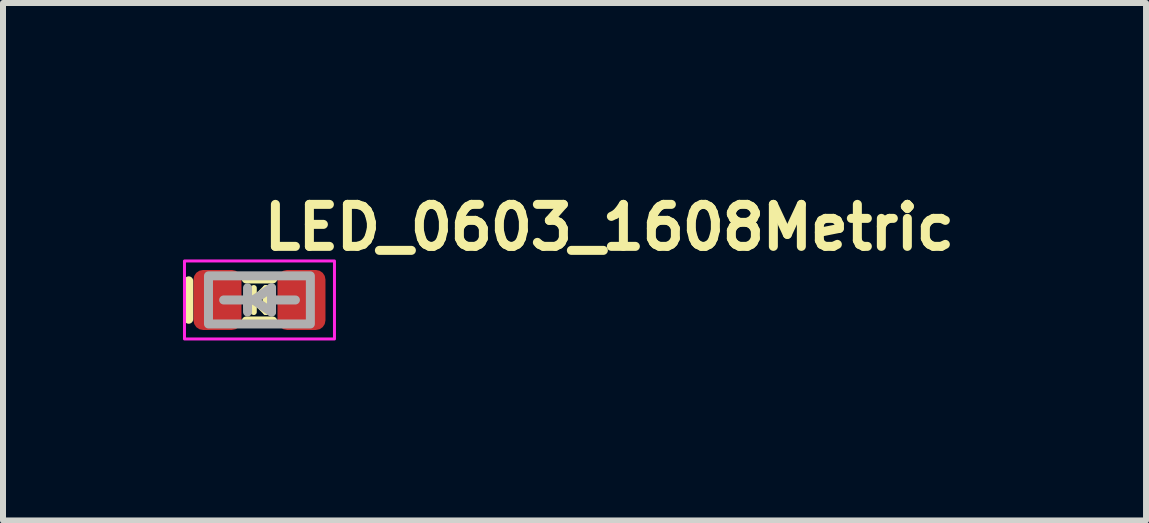
<source format=kicad_pcb>
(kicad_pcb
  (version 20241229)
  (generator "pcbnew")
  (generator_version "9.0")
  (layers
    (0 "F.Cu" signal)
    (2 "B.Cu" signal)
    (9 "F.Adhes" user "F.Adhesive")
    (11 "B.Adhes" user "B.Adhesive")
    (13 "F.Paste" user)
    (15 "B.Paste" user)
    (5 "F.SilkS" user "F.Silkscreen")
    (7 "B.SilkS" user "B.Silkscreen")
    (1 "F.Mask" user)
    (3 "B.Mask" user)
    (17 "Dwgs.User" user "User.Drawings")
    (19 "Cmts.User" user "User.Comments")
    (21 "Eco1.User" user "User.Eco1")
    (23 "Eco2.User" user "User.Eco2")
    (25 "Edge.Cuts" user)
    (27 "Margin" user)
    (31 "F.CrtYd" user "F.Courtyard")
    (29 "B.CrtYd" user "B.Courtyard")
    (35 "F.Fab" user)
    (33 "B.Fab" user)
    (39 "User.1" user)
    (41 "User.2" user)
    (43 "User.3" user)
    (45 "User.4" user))
  (footprint "LED_0603_1608Metric"
    (layer "F.Cu")
    (at 1.275 1.95)
    (property "Reference" "LED_0603_1608Metric" (at 0 -0.8 0) (layer "F.SilkS") (effects (font (size 0.7 0.7) (thickness 0.15)) (justify left bottom)))
    (attr smd)
    (fp_line (start -1.18 -0.319) (end -1.18 0.321) (stroke (width 0.15) (type solid)) (layer "F.SilkS"))
    (fp_line (start -0.095 0.001) (end -0.24 0.001) (stroke (width 0.1) (type solid)) (layer "F.SilkS"))
    (fp_line (start -0.095 0.001) (end 0.105 -0.199) (stroke (width 0.1) (type solid)) (layer "F.SilkS"))
    (fp_line (start -0.095 0.201) (end -0.095 -0.199) (stroke (width 0.1) (type solid)) (layer "F.SilkS"))
    (fp_line (start 0.105 0.001) (end 0.24 0.001) (stroke (width 0.1) (type solid)) (layer "F.SilkS"))
    (fp_line (start 0.105 0.201) (end -0.095 0.001) (stroke (width 0.1) (type solid)) (layer "F.SilkS"))
    (fp_line (start 0.105 0.201) (end 0.105 -0.199) (stroke (width 0.1) (type solid)) (layer "F.SilkS"))
    (fp_line (start 0.22 -0.35) (end -0.22 -0.35) (stroke (width 0.15) (type solid)) (layer "F.SilkS"))
    (fp_line (start 0.22 0.35) (end -0.22 0.35) (stroke (width 0.15) (type solid)) (layer "F.SilkS"))
    (fp_rect (start 1.25 0.65) (end -1.25 -0.65) (stroke (width 0.05) (type solid)) (fill no) (layer "F.CrtYd"))
    (fp_line (start -0.199 -0.202) (end -0.199 0.1) (stroke (width 0.15) (type solid)) (layer "F.Fab"))
    (fp_line (start -0.199 0) (end -0.597 0) (stroke (width 0.15) (type solid)) (layer "F.Fab"))
    (fp_line (start -0.199 0.2) (end -0.199 0.1) (stroke (width 0.15) (type solid)) (layer "F.Fab"))
    (fp_line (start -0.101 0) (end 0.201 0.2) (stroke (width 0.15) (type solid)) (layer "F.Fab"))
    (fp_line (start 0.201 -0.202) (end -0.101 0) (stroke (width 0.15) (type solid)) (layer "F.Fab"))
    (fp_line (start 0.201 0) (end 0.201 -0.202) (stroke (width 0.15) (type solid)) (layer "F.Fab"))
    (fp_line (start 0.201 0.2) (end 0.201 0) (stroke (width 0.15) (type solid)) (layer "F.Fab"))
    (fp_line (start 0.599 0) (end 0.201 0) (stroke (width 0.15) (type solid)) (layer "F.Fab"))
    (fp_rect (start 0.848 0.4) (end -0.85 -0.402) (stroke (width 0.15) (type solid)) (fill no) (layer "F.Fab"))
    (fp_rect (start -0.81 -0.4) (end 0.81 0.4) (stroke (width 0.1) (type solid)) (fill no) (layer "User.5"))
    (fp_line (start -0.812 -0.342) (end -0.812 -0.15) (stroke (width 0.02) (type solid)) (layer "User.9"))
    (fp_line (start -0.812 -0.15) (end -0.801 -0.151) (stroke (width 0.02) (type solid)) (layer "User.9"))
    (fp_line (start -0.812 0.148) (end -0.812 0.34) (stroke (width 0.02) (type solid)) (layer "User.9"))
    (fp_line (start -0.812 0.34) (end -0.58 0.34) (stroke (width 0.02) (type solid)) (layer "User.9"))
    (fp_line (start -0.806 0.148) (end -0.812 0.148) (stroke (width 0.02) (type solid)) (layer "User.9"))
    (fp_line (start -0.802 -0.402) (end -0.802 -0.342) (stroke (width 0.02) (type solid)) (layer "User.9"))
    (fp_line (start -0.802 0.34) (end -0.802 0.4) (stroke (width 0.02) (type solid)) (layer "User.9"))
    (fp_line (start -0.802 0.4) (end 0.8 0.4) (stroke (width 0.02) (type solid)) (layer "User.9"))
    (fp_line (start -0.801 -0.151) (end -0.791 -0.15) (stroke (width 0.02) (type solid)) (layer "User.9"))
    (fp_line (start -0.801 0.149) (end -0.806 0.148) (stroke (width 0.02) (type solid)) (layer "User.9"))
    (fp_line (start -0.796 0.148) (end -0.801 0.149) (stroke (width 0.02) (type solid)) (layer "User.9"))
    (fp_line (start -0.791 -0.15) (end -0.78 -0.149) (stroke (width 0.02) (type solid)) (layer "User.9"))
    (fp_line (start -0.791 0.148) (end -0.796 0.148) (stroke (width 0.02) (type solid)) (layer "User.9"))
    (fp_line (start -0.786 0.148) (end -0.791 0.148) (stroke (width 0.02) (type solid)) (layer "User.9"))
    (fp_line (start -0.782 -0.392) (end -0.782 -0.342) (stroke (width 0.02) (type solid)) (layer "User.9"))
    (fp_line (start -0.782 0.34) (end -0.782 0.39) (stroke (width 0.02) (type solid)) (layer "User.9"))
    (fp_line (start -0.782 0.39) (end -0.5 0.39) (stroke (width 0.02) (type solid)) (layer "User.9"))
    (fp_line (start -0.78 -0.149) (end -0.77 -0.147) (stroke (width 0.02) (type solid)) (layer "User.9"))
    (fp_line (start -0.78 0.147) (end -0.786 0.148) (stroke (width 0.02) (type solid)) (layer "User.9"))
    (fp_line (start -0.775 0.146) (end -0.78 0.147) (stroke (width 0.02) (type solid)) (layer "User.9"))
    (fp_line (start -0.77 -0.147) (end -0.76 -0.145) (stroke (width 0.02) (type solid)) (layer "User.9"))
    (fp_line (start -0.77 0.145) (end -0.775 0.146) (stroke (width 0.02) (type solid)) (layer "User.9"))
    (fp_line (start -0.764 0.144) (end -0.77 0.145) (stroke (width 0.02) (type solid)) (layer "User.9"))
    (fp_line (start -0.76 -0.145) (end -0.75 -0.143) (stroke (width 0.02) (type solid)) (layer "User.9"))
    (fp_line (start -0.76 0.144) (end -0.764 0.144) (stroke (width 0.02) (type solid)) (layer "User.9"))
    (fp_line (start -0.755 0.142) (end -0.76 0.144) (stroke (width 0.02) (type solid)) (layer "User.9"))
    (fp_line (start -0.75 -0.143) (end -0.74 -0.139) (stroke (width 0.02) (type solid)) (layer "User.9"))
    (fp_line (start -0.75 0.141) (end -0.755 0.142) (stroke (width 0.02) (type solid)) (layer "User.9"))
    (fp_line (start -0.745 0.139) (end -0.75 0.141) (stroke (width 0.02) (type solid)) (layer "User.9"))
    (fp_line (start -0.74 -0.139) (end -0.731 -0.135) (stroke (width 0.02) (type solid)) (layer "User.9"))
    (fp_line (start -0.74 0.137) (end -0.745 0.139) (stroke (width 0.02) (type solid)) (layer "User.9"))
    (fp_line (start -0.736 0.135) (end -0.74 0.137) (stroke (width 0.02) (type solid)) (layer "User.9"))
    (fp_line (start -0.731 -0.135) (end -0.723 -0.13) (stroke (width 0.02) (type solid)) (layer "User.9"))
    (fp_line (start -0.731 0.133) (end -0.736 0.135) (stroke (width 0.02) (type solid)) (layer "User.9"))
    (fp_line (start -0.727 0.13) (end -0.731 0.133) (stroke (width 0.02) (type solid)) (layer "User.9"))
    (fp_line (start -0.723 -0.13) (end -0.714 -0.123) (stroke (width 0.02) (type solid)) (layer "User.9"))
    (fp_line (start -0.723 0.128) (end -0.727 0.13) (stroke (width 0.02) (type solid)) (layer "User.9"))
    (fp_line (start -0.718 0.124) (end -0.723 0.128) (stroke (width 0.02) (type solid)) (layer "User.9"))
    (fp_line (start -0.714 -0.123) (end -0.706 -0.118) (stroke (width 0.02) (type solid)) (layer "User.9"))
    (fp_line (start -0.714 0.121) (end -0.718 0.124) (stroke (width 0.02) (type solid)) (layer "User.9"))
    (fp_line (start -0.71 0.119) (end -0.714 0.121) (stroke (width 0.02) (type solid)) (layer "User.9"))
    (fp_line (start -0.706 -0.118) (end -0.699 -0.11) (stroke (width 0.02) (type solid)) (layer "User.9"))
    (fp_line (start -0.706 0.116) (end -0.71 0.119) (stroke (width 0.02) (type solid)) (layer "User.9"))
    (fp_line (start -0.703 0.113) (end -0.706 0.116) (stroke (width 0.02) (type solid)) (layer "User.9"))
    (fp_line (start -0.699 -0.11) (end -0.692 -0.104) (stroke (width 0.02) (type solid)) (layer "User.9"))
    (fp_line (start -0.699 0.108) (end -0.703 0.113) (stroke (width 0.02) (type solid)) (layer "User.9"))
    (fp_line (start -0.696 0.105) (end -0.699 0.108) (stroke (width 0.02) (type solid)) (layer "User.9"))
    (fp_line (start -0.692 -0.104) (end -0.685 -0.095) (stroke (width 0.02) (type solid)) (layer "User.9"))
    (fp_line (start -0.692 0.102) (end -0.696 0.105) (stroke (width 0.02) (type solid)) (layer "User.9"))
    (fp_line (start -0.689 0.098) (end -0.692 0.102) (stroke (width 0.02) (type solid)) (layer "User.9"))
    (fp_line (start -0.685 -0.095) (end -0.679 -0.088) (stroke (width 0.02) (type solid)) (layer "User.9"))
    (fp_line (start -0.685 0.093) (end -0.689 0.098) (stroke (width 0.02) (type solid)) (layer "User.9"))
    (fp_line (start -0.682 0.089) (end -0.685 0.093) (stroke (width 0.02) (type solid)) (layer "User.9"))
    (fp_line (start -0.679 -0.088) (end -0.673 -0.078) (stroke (width 0.02) (type solid)) (layer "User.9"))
    (fp_line (start -0.679 0.086) (end -0.682 0.089) (stroke (width 0.02) (type solid)) (layer "User.9"))
    (fp_line (start -0.676 0.082) (end -0.679 0.086) (stroke (width 0.02) (type solid)) (layer "User.9"))
    (fp_line (start -0.673 -0.078) (end -0.673 -0.078) (stroke (width 0.02) (type solid)) (layer "User.9"))
    (fp_line (start -0.673 -0.078) (end -0.668 -0.07) (stroke (width 0.02) (type solid)) (layer "User.9"))
    (fp_line (start -0.673 0.076) (end -0.676 0.082) (stroke (width 0.02) (type solid)) (layer "User.9"))
    (fp_line (start -0.673 0.076) (end -0.673 0.076) (stroke (width 0.02) (type solid)) (layer "User.9"))
    (fp_line (start -0.668 -0.07) (end -0.664 -0.06) (stroke (width 0.02) (type solid)) (layer "User.9"))
    (fp_line (start -0.668 0.068) (end -0.673 0.076) (stroke (width 0.02) (type solid)) (layer "User.9"))
    (fp_line (start -0.664 -0.06) (end -0.66 -0.051) (stroke (width 0.02) (type solid)) (layer "User.9"))
    (fp_line (start -0.664 0.059) (end -0.668 0.068) (stroke (width 0.02) (type solid)) (layer "User.9"))
    (fp_line (start -0.66 -0.051) (end -0.657 -0.042) (stroke (width 0.02) (type solid)) (layer "User.9"))
    (fp_line (start -0.66 0.049) (end -0.664 0.059) (stroke (width 0.02) (type solid)) (layer "User.9"))
    (fp_line (start -0.657 -0.042) (end -0.655 -0.031) (stroke (width 0.02) (type solid)) (layer "User.9"))
    (fp_line (start -0.657 0.04) (end -0.66 0.049) (stroke (width 0.02) (type solid)) (layer "User.9"))
    (fp_line (start -0.655 -0.031) (end -0.653 -0.022) (stroke (width 0.02) (type solid)) (layer "User.9"))
    (fp_line (start -0.655 0.029) (end -0.657 0.04) (stroke (width 0.02) (type solid)) (layer "User.9"))
    (fp_line (start -0.653 -0.022) (end -0.652 -0.011) (stroke (width 0.02) (type solid)) (layer "User.9"))
    (fp_line (start -0.653 0.02) (end -0.655 0.029) (stroke (width 0.02) (type solid)) (layer "User.9"))
    (fp_line (start -0.652 -0.011) (end -0.651 0) (stroke (width 0.02) (type solid)) (layer "User.9"))
    (fp_line (start -0.652 0.01) (end -0.653 0.02) (stroke (width 0.02) (type solid)) (layer "User.9"))
    (fp_line (start -0.651 0) (end -0.652 0.01) (stroke (width 0.02) (type solid)) (layer "User.9"))
    (fp_line (start -0.6 -0.308) (end -0.599 -0.311) (stroke (width 0.02) (type solid)) (layer "User.9"))
    (fp_line (start -0.6 -0.306) (end -0.6 -0.308) (stroke (width 0.02) (type solid)) (layer "User.9"))
    (fp_line (start -0.6 -0.303) (end -0.6 -0.306) (stroke (width 0.02) (type solid)) (layer "User.9"))
    (fp_line (start -0.6 -0.3) (end -0.6 -0.303) (stroke (width 0.02) (type solid)) (layer "User.9"))
    (fp_line (start -0.6 -0.3) (end -0.6 0.298) (stroke (width 0.02) (type solid)) (layer "User.9"))
    (fp_line (start -0.6 0.301) (end -0.6 0.298) (stroke (width 0.02) (type solid)) (layer "User.9"))
    (fp_line (start -0.6 0.304) (end -0.6 0.301) (stroke (width 0.02) (type solid)) (layer "User.9"))
    (fp_line (start -0.6 0.306) (end -0.6 0.304) (stroke (width 0.02) (type solid)) (layer "User.9"))
    (fp_line (start -0.599 -0.313) (end -0.598 -0.315) (stroke (width 0.02) (type solid)) (layer "User.9"))
    (fp_line (start -0.599 -0.311) (end -0.599 -0.313) (stroke (width 0.02) (type solid)) (layer "User.9"))
    (fp_line (start -0.599 0.309) (end -0.6 0.306) (stroke (width 0.02) (type solid)) (layer "User.9"))
    (fp_line (start -0.599 0.311) (end -0.599 0.309) (stroke (width 0.02) (type solid)) (layer "User.9"))
    (fp_line (start -0.598 -0.315) (end -0.597 -0.318) (stroke (width 0.02) (type solid)) (layer "User.9"))
    (fp_line (start -0.598 0.313) (end -0.599 0.311) (stroke (width 0.02) (type solid)) (layer "User.9"))
    (fp_line (start -0.597 -0.32) (end -0.596 -0.323) (stroke (width 0.02) (type solid)) (layer "User.9"))
    (fp_line (start -0.597 -0.318) (end -0.597 -0.32) (stroke (width 0.02) (type solid)) (layer "User.9"))
    (fp_line (start -0.597 0.316) (end -0.598 0.313) (stroke (width 0.02) (type solid)) (layer "User.9"))
    (fp_line (start -0.597 0.318) (end -0.597 0.316) (stroke (width 0.02) (type solid)) (layer "User.9"))
    (fp_line (start -0.596 -0.323) (end -0.594 -0.325) (stroke (width 0.02) (type solid)) (layer "User.9"))
    (fp_line (start -0.596 0.321) (end -0.597 0.318) (stroke (width 0.02) (type solid)) (layer "User.9"))
    (fp_line (start -0.594 -0.325) (end -0.593 -0.327) (stroke (width 0.02) (type solid)) (layer "User.9"))
    (fp_line (start -0.594 0.323) (end -0.596 0.321) (stroke (width 0.02) (type solid)) (layer "User.9"))
    (fp_line (start -0.593 -0.327) (end -0.592 -0.329) (stroke (width 0.02) (type solid)) (layer "User.9"))
    (fp_line (start -0.593 0.325) (end -0.594 0.323) (stroke (width 0.02) (type solid)) (layer "User.9"))
    (fp_line (start -0.592 -0.329) (end -0.591 -0.331) (stroke (width 0.02) (type solid)) (layer "User.9"))
    (fp_line (start -0.592 0.327) (end -0.593 0.325) (stroke (width 0.02) (type solid)) (layer "User.9"))
    (fp_line (start -0.591 -0.331) (end -0.589 -0.333) (stroke (width 0.02) (type solid)) (layer "User.9"))
    (fp_line (start -0.591 0.329) (end -0.592 0.327) (stroke (width 0.02) (type solid)) (layer "User.9"))
    (fp_line (start -0.589 -0.333) (end -0.588 -0.335) (stroke (width 0.02) (type solid)) (layer "User.9"))
    (fp_line (start -0.589 0.331) (end -0.591 0.329) (stroke (width 0.02) (type solid)) (layer "User.9"))
    (fp_line (start -0.588 -0.335) (end -0.586 -0.337) (stroke (width 0.02) (type solid)) (layer "User.9"))
    (fp_line (start -0.588 0.333) (end -0.589 0.331) (stroke (width 0.02) (type solid)) (layer "User.9"))
    (fp_line (start -0.586 -0.337) (end -0.584 -0.339) (stroke (width 0.02) (type solid)) (layer "User.9"))
    (fp_line (start -0.586 0.335) (end -0.588 0.333) (stroke (width 0.02) (type solid)) (layer "User.9"))
    (fp_line (start -0.584 -0.339) (end -0.582 -0.34) (stroke (width 0.02) (type solid)) (layer "User.9"))
    (fp_line (start -0.584 0.337) (end -0.586 0.335) (stroke (width 0.02) (type solid)) (layer "User.9"))
    (fp_line (start -0.582 -0.34) (end -0.58 -0.342) (stroke (width 0.02) (type solid)) (layer "User.9"))
    (fp_line (start -0.582 0.338) (end -0.584 0.337) (stroke (width 0.02) (type solid)) (layer "User.9"))
    (fp_line (start -0.58 -0.342) (end -0.812 -0.342) (stroke (width 0.02) (type solid)) (layer "User.9"))
    (fp_line (start -0.58 -0.342) (end -0.578 -0.343) (stroke (width 0.02) (type solid)) (layer "User.9"))
    (fp_line (start -0.58 0.34) (end -0.582 0.338) (stroke (width 0.02) (type solid)) (layer "User.9"))
    (fp_line (start -0.578 -0.343) (end -0.577 -0.344) (stroke (width 0.02) (type solid)) (layer "User.9"))
    (fp_line (start -0.578 0.341) (end -0.58 0.34) (stroke (width 0.02) (type solid)) (layer "User.9"))
    (fp_line (start -0.577 -0.344) (end -0.575 -0.345) (stroke (width 0.02) (type solid)) (layer "User.9"))
    (fp_line (start -0.577 0.342) (end -0.578 0.341) (stroke (width 0.02) (type solid)) (layer "User.9"))
    (fp_line (start -0.575 -0.345) (end -0.573 -0.347) (stroke (width 0.02) (type solid)) (layer "User.9"))
    (fp_line (start -0.575 0.343) (end -0.577 0.342) (stroke (width 0.02) (type solid)) (layer "User.9"))
    (fp_line (start -0.573 -0.347) (end -0.571 -0.348) (stroke (width 0.02) (type solid)) (layer "User.9"))
    (fp_line (start -0.573 0.345) (end -0.575 0.343) (stroke (width 0.02) (type solid)) (layer "User.9"))
    (fp_line (start -0.571 -0.348) (end -0.569 -0.348) (stroke (width 0.02) (type solid)) (layer "User.9"))
    (fp_line (start -0.571 0.346) (end -0.573 0.345) (stroke (width 0.02) (type solid)) (layer "User.9"))
    (fp_line (start -0.569 -0.348) (end -0.566 -0.349) (stroke (width 0.02) (type solid)) (layer "User.9"))
    (fp_line (start -0.569 0.346) (end -0.571 0.346) (stroke (width 0.02) (type solid)) (layer "User.9"))
    (fp_line (start -0.566 -0.349) (end -0.564 -0.35) (stroke (width 0.02) (type solid)) (layer "User.9"))
    (fp_line (start -0.566 0.347) (end -0.569 0.346) (stroke (width 0.02) (type solid)) (layer "User.9"))
    (fp_line (start -0.564 -0.35) (end -0.562 -0.35) (stroke (width 0.02) (type solid)) (layer "User.9"))
    (fp_line (start -0.564 0.348) (end -0.566 0.347) (stroke (width 0.02) (type solid)) (layer "User.9"))
    (fp_line (start -0.562 -0.35) (end -0.559 -0.351) (stroke (width 0.02) (type solid)) (layer "User.9"))
    (fp_line (start -0.562 0.348) (end -0.564 0.348) (stroke (width 0.02) (type solid)) (layer "User.9"))
    (fp_line (start -0.559 -0.351) (end -0.557 -0.351) (stroke (width 0.02) (type solid)) (layer "User.9"))
    (fp_line (start -0.559 0.349) (end -0.562 0.348) (stroke (width 0.02) (type solid)) (layer "User.9"))
    (fp_line (start -0.557 -0.351) (end -0.554 -0.351) (stroke (width 0.02) (type solid)) (layer "User.9"))
    (fp_line (start -0.557 0.349) (end -0.559 0.349) (stroke (width 0.02) (type solid)) (layer "User.9"))
    (fp_line (start -0.554 -0.351) (end -0.552 -0.351) (stroke (width 0.02) (type solid)) (layer "User.9"))
    (fp_line (start -0.554 0.349) (end -0.557 0.349) (stroke (width 0.02) (type solid)) (layer "User.9"))
    (fp_line (start -0.552 0.349) (end -0.554 0.349) (stroke (width 0.02) (type solid)) (layer "User.9"))
    (fp_line (start -0.552 0.349) (end 0.55 0.349) (stroke (width 0.02) (type solid)) (layer "User.9"))
    (fp_line (start -0.5 -0.392) (end -0.782 -0.392) (stroke (width 0.02) (type solid)) (layer "User.9"))
    (fp_line (start -0.5 -0.351) (end -0.5 -0.392) (stroke (width 0.02) (type solid)) (layer "User.9"))
    (fp_line (start -0.5 0.39) (end -0.5 0.349) (stroke (width 0.02) (type solid)) (layer "User.9"))
    (fp_line (start 0.55 -0.351) (end -0.552 -0.351) (stroke (width 0.02) (type solid)) (layer "User.9"))
    (fp_line (start 0.55 -0.351) (end 0.552 -0.351) (stroke (width 0.02) (type solid)) (layer "User.9"))
    (fp_line (start 0.552 -0.351) (end 0.555 -0.351) (stroke (width 0.02) (type solid)) (layer "User.9"))
    (fp_line (start 0.552 0.349) (end 0.55 0.349) (stroke (width 0.02) (type solid)) (layer "User.9"))
    (fp_line (start 0.555 -0.351) (end 0.557 -0.351) (stroke (width 0.02) (type solid)) (layer "User.9"))
    (fp_line (start 0.555 0.349) (end 0.552 0.349) (stroke (width 0.02) (type solid)) (layer "User.9"))
    (fp_line (start 0.557 -0.351) (end 0.56 -0.35) (stroke (width 0.02) (type solid)) (layer "User.9"))
    (fp_line (start 0.557 0.349) (end 0.555 0.349) (stroke (width 0.02) (type solid)) (layer "User.9"))
    (fp_line (start 0.56 -0.35) (end 0.562 -0.35) (stroke (width 0.02) (type solid)) (layer "User.9"))
    (fp_line (start 0.56 0.348) (end 0.557 0.349) (stroke (width 0.02) (type solid)) (layer "User.9"))
    (fp_line (start 0.562 -0.35) (end 0.564 -0.349) (stroke (width 0.02) (type solid)) (layer "User.9"))
    (fp_line (start 0.562 0.348) (end 0.56 0.348) (stroke (width 0.02) (type solid)) (layer "User.9"))
    (fp_line (start 0.564 -0.349) (end 0.567 -0.348) (stroke (width 0.02) (type solid)) (layer "User.9"))
    (fp_line (start 0.564 0.347) (end 0.562 0.348) (stroke (width 0.02) (type solid)) (layer "User.9"))
    (fp_line (start 0.567 -0.348) (end 0.569 -0.348) (stroke (width 0.02) (type solid)) (layer "User.9"))
    (fp_line (start 0.567 0.346) (end 0.564 0.347) (stroke (width 0.02) (type solid)) (layer "User.9"))
    (fp_line (start 0.569 -0.348) (end 0.571 -0.347) (stroke (width 0.02) (type solid)) (layer "User.9"))
    (fp_line (start 0.569 0.346) (end 0.567 0.346) (stroke (width 0.02) (type solid)) (layer "User.9"))
    (fp_line (start 0.571 -0.347) (end 0.573 -0.345) (stroke (width 0.02) (type solid)) (layer "User.9"))
    (fp_line (start 0.571 0.345) (end 0.569 0.346) (stroke (width 0.02) (type solid)) (layer "User.9"))
    (fp_line (start 0.573 -0.345) (end 0.575 -0.344) (stroke (width 0.02) (type solid)) (layer "User.9"))
    (fp_line (start 0.573 0.343) (end 0.571 0.345) (stroke (width 0.02) (type solid)) (layer "User.9"))
    (fp_line (start 0.575 -0.344) (end 0.576 -0.343) (stroke (width 0.02) (type solid)) (layer "User.9"))
    (fp_line (start 0.575 0.342) (end 0.573 0.343) (stroke (width 0.02) (type solid)) (layer "User.9"))
    (fp_line (start 0.576 -0.343) (end 0.578 -0.342) (stroke (width 0.02) (type solid)) (layer "User.9"))
    (fp_line (start 0.576 0.341) (end 0.575 0.342) (stroke (width 0.02) (type solid)) (layer "User.9"))
    (fp_line (start 0.578 -0.342) (end 0.58 -0.34) (stroke (width 0.02) (type solid)) (layer "User.9"))
    (fp_line (start 0.578 0.34) (end 0.576 0.341) (stroke (width 0.02) (type solid)) (layer "User.9"))
    (fp_line (start 0.578 0.34) (end 0.81 0.34) (stroke (width 0.02) (type solid)) (layer "User.9"))
    (fp_line (start 0.58 -0.34) (end 0.582 -0.339) (stroke (width 0.02) (type solid)) (layer "User.9"))
    (fp_line (start 0.58 0.338) (end 0.578 0.34) (stroke (width 0.02) (type solid)) (layer "User.9"))
    (fp_line (start 0.582 -0.339) (end 0.584 -0.337) (stroke (width 0.02) (type solid)) (layer "User.9"))
    (fp_line (start 0.582 0.337) (end 0.58 0.338) (stroke (width 0.02) (type solid)) (layer "User.9"))
    (fp_line (start 0.584 -0.337) (end 0.586 -0.335) (stroke (width 0.02) (type solid)) (layer "User.9"))
    (fp_line (start 0.584 0.335) (end 0.582 0.337) (stroke (width 0.02) (type solid)) (layer "User.9"))
    (fp_line (start 0.586 -0.335) (end 0.587 -0.333) (stroke (width 0.02) (type solid)) (layer "User.9"))
    (fp_line (start 0.586 0.333) (end 0.584 0.335) (stroke (width 0.02) (type solid)) (layer "User.9"))
    (fp_line (start 0.587 -0.333) (end 0.589 -0.331) (stroke (width 0.02) (type solid)) (layer "User.9"))
    (fp_line (start 0.587 0.331) (end 0.586 0.333) (stroke (width 0.02) (type solid)) (layer "User.9"))
    (fp_line (start 0.589 -0.331) (end 0.59 -0.329) (stroke (width 0.02) (type solid)) (layer "User.9"))
    (fp_line (start 0.589 0.329) (end 0.587 0.331) (stroke (width 0.02) (type solid)) (layer "User.9"))
    (fp_line (start 0.59 -0.329) (end 0.591 -0.327) (stroke (width 0.02) (type solid)) (layer "User.9"))
    (fp_line (start 0.59 0.327) (end 0.589 0.329) (stroke (width 0.02) (type solid)) (layer "User.9"))
    (fp_line (start 0.591 -0.327) (end 0.592 -0.325) (stroke (width 0.02) (type solid)) (layer "User.9"))
    (fp_line (start 0.591 0.325) (end 0.59 0.327) (stroke (width 0.02) (type solid)) (layer "User.9"))
    (fp_line (start 0.592 -0.325) (end 0.594 -0.323) (stroke (width 0.02) (type solid)) (layer "User.9"))
    (fp_line (start 0.592 0.323) (end 0.591 0.325) (stroke (width 0.02) (type solid)) (layer "User.9"))
    (fp_line (start 0.594 -0.323) (end 0.595 -0.32) (stroke (width 0.02) (type solid)) (layer "User.9"))
    (fp_line (start 0.594 0.321) (end 0.592 0.323) (stroke (width 0.02) (type solid)) (layer "User.9"))
    (fp_line (start 0.595 -0.32) (end 0.595 -0.318) (stroke (width 0.02) (type solid)) (layer "User.9"))
    (fp_line (start 0.595 -0.318) (end 0.596 -0.315) (stroke (width 0.02) (type solid)) (layer "User.9"))
    (fp_line (start 0.595 0.316) (end 0.595 0.318) (stroke (width 0.02) (type solid)) (layer "User.9"))
    (fp_line (start 0.595 0.318) (end 0.594 0.321) (stroke (width 0.02) (type solid)) (layer "User.9"))
    (fp_line (start 0.596 -0.315) (end 0.597 -0.313) (stroke (width 0.02) (type solid)) (layer "User.9"))
    (fp_line (start 0.596 0.313) (end 0.595 0.316) (stroke (width 0.02) (type solid)) (layer "User.9"))
    (fp_line (start 0.597 -0.313) (end 0.597 -0.311) (stroke (width 0.02) (type solid)) (layer "User.9"))
    (fp_line (start 0.597 -0.311) (end 0.598 -0.308) (stroke (width 0.02) (type solid)) (layer "User.9"))
    (fp_line (start 0.597 0.309) (end 0.597 0.311) (stroke (width 0.02) (type solid)) (layer "User.9"))
    (fp_line (start 0.597 0.311) (end 0.596 0.313) (stroke (width 0.02) (type solid)) (layer "User.9"))
    (fp_line (start 0.598 -0.308) (end 0.598 -0.306) (stroke (width 0.02) (type solid)) (layer "User.9"))
    (fp_line (start 0.598 -0.306) (end 0.598 -0.303) (stroke (width 0.02) (type solid)) (layer "User.9"))
    (fp_line (start 0.598 -0.303) (end 0.598 -0.3) (stroke (width 0.02) (type solid)) (layer "User.9"))
    (fp_line (start 0.598 0.298) (end 0.598 -0.3) (stroke (width 0.02) (type solid)) (layer "User.9"))
    (fp_line (start 0.598 0.298) (end 0.598 0.301) (stroke (width 0.02) (type solid)) (layer "User.9"))
    (fp_line (start 0.598 0.301) (end 0.598 0.304) (stroke (width 0.02) (type solid)) (layer "User.9"))
    (fp_line (start 0.598 0.304) (end 0.598 0.306) (stroke (width 0.02) (type solid)) (layer "User.9"))
    (fp_line (start 0.598 0.306) (end 0.597 0.309) (stroke (width 0.02) (type solid)) (layer "User.9"))
    (fp_line (start 0.65 -0.016) (end 0.651 -0.024) (stroke (width 0.02) (type solid)) (layer "User.9"))
    (fp_line (start 0.65 -0.008) (end 0.65 -0.016) (stroke (width 0.02) (type solid)) (layer "User.9"))
    (fp_line (start 0.65 0) (end 0.65 -0.008) (stroke (width 0.02) (type solid)) (layer "User.9"))
    (fp_line (start 0.65 0.007) (end 0.65 0) (stroke (width 0.02) (type solid)) (layer "User.9"))
    (fp_line (start 0.65 0.014) (end 0.65 0.007) (stroke (width 0.02) (type solid)) (layer "User.9"))
    (fp_line (start 0.651 -0.024) (end 0.653 -0.031) (stroke (width 0.02) (type solid)) (layer "User.9"))
    (fp_line (start 0.651 0.022) (end 0.65 0.014) (stroke (width 0.02) (type solid)) (layer "User.9"))
    (fp_line (start 0.653 -0.031) (end 0.654 -0.039) (stroke (width 0.02) (type solid)) (layer "User.9"))
    (fp_line (start 0.653 0.029) (end 0.651 0.022) (stroke (width 0.02) (type solid)) (layer "User.9"))
    (fp_line (start 0.654 -0.039) (end 0.657 -0.046) (stroke (width 0.02) (type solid)) (layer "User.9"))
    (fp_line (start 0.654 0.037) (end 0.653 0.029) (stroke (width 0.02) (type solid)) (layer "User.9"))
    (fp_line (start 0.657 -0.046) (end 0.659 -0.053) (stroke (width 0.02) (type solid)) (layer "User.9"))
    (fp_line (start 0.657 0.044) (end 0.654 0.037) (stroke (width 0.02) (type solid)) (layer "User.9"))
    (fp_line (start 0.659 -0.053) (end 0.662 -0.06) (stroke (width 0.02) (type solid)) (layer "User.9"))
    (fp_line (start 0.659 0.052) (end 0.657 0.044) (stroke (width 0.02) (type solid)) (layer "User.9"))
    (fp_line (start 0.662 -0.06) (end 0.665 -0.068) (stroke (width 0.02) (type solid)) (layer "User.9"))
    (fp_line (start 0.662 0.059) (end 0.659 0.052) (stroke (width 0.02) (type solid)) (layer "User.9"))
    (fp_line (start 0.665 -0.068) (end 0.669 -0.074) (stroke (width 0.02) (type solid)) (layer "User.9"))
    (fp_line (start 0.665 0.066) (end 0.662 0.059) (stroke (width 0.02) (type solid)) (layer "User.9"))
    (fp_line (start 0.669 -0.074) (end 0.673 -0.08) (stroke (width 0.02) (type solid)) (layer "User.9"))
    (fp_line (start 0.669 0.072) (end 0.665 0.066) (stroke (width 0.02) (type solid)) (layer "User.9"))
    (fp_line (start 0.673 -0.08) (end 0.677 -0.088) (stroke (width 0.02) (type solid)) (layer "User.9"))
    (fp_line (start 0.673 0.078) (end 0.669 0.072) (stroke (width 0.02) (type solid)) (layer "User.9"))
    (fp_line (start 0.677 -0.088) (end 0.681 -0.093) (stroke (width 0.02) (type solid)) (layer "User.9"))
    (fp_line (start 0.677 0.086) (end 0.673 0.078) (stroke (width 0.02) (type solid)) (layer "User.9"))
    (fp_line (start 0.681 -0.093) (end 0.686 -0.1) (stroke (width 0.02) (type solid)) (layer "User.9"))
    (fp_line (start 0.681 0.091) (end 0.677 0.086) (stroke (width 0.02) (type solid)) (layer "User.9"))
    (fp_line (start 0.686 -0.1) (end 0.691 -0.105) (stroke (width 0.02) (type solid)) (layer "User.9"))
    (fp_line (start 0.686 0.098) (end 0.681 0.091) (stroke (width 0.02) (type solid)) (layer "User.9"))
    (fp_line (start 0.691 -0.105) (end 0.697 -0.11) (stroke (width 0.02) (type solid)) (layer "User.9"))
    (fp_line (start 0.691 0.104) (end 0.686 0.098) (stroke (width 0.02) (type solid)) (layer "User.9"))
    (fp_line (start 0.697 -0.11) (end 0.697 -0.11) (stroke (width 0.02) (type solid)) (layer "User.9"))
    (fp_line (start 0.697 -0.11) (end 0.703 -0.116) (stroke (width 0.02) (type solid)) (layer "User.9"))
    (fp_line (start 0.697 0.108) (end 0.691 0.104) (stroke (width 0.02) (type solid)) (layer "User.9"))
    (fp_line (start 0.697 0.108) (end 0.697 0.108) (stroke (width 0.02) (type solid)) (layer "User.9"))
    (fp_line (start 0.703 -0.116) (end 0.708 -0.12) (stroke (width 0.02) (type solid)) (layer "User.9"))
    (fp_line (start 0.703 0.114) (end 0.697 0.108) (stroke (width 0.02) (type solid)) (layer "User.9"))
    (fp_line (start 0.708 -0.12) (end 0.714 -0.125) (stroke (width 0.02) (type solid)) (layer "User.9"))
    (fp_line (start 0.708 0.119) (end 0.703 0.114) (stroke (width 0.02) (type solid)) (layer "User.9"))
    (fp_line (start 0.714 -0.125) (end 0.721 -0.13) (stroke (width 0.02) (type solid)) (layer "User.9"))
    (fp_line (start 0.714 0.123) (end 0.708 0.119) (stroke (width 0.02) (type solid)) (layer "User.9"))
    (fp_line (start 0.721 -0.13) (end 0.727 -0.133) (stroke (width 0.02) (type solid)) (layer "User.9"))
    (fp_line (start 0.721 0.128) (end 0.714 0.123) (stroke (width 0.02) (type solid)) (layer "User.9"))
    (fp_line (start 0.727 -0.133) (end 0.734 -0.137) (stroke (width 0.02) (type solid)) (layer "User.9"))
    (fp_line (start 0.727 0.131) (end 0.721 0.128) (stroke (width 0.02) (type solid)) (layer "User.9"))
    (fp_line (start 0.734 -0.137) (end 0.741 -0.14) (stroke (width 0.02) (type solid)) (layer "User.9"))
    (fp_line (start 0.734 0.135) (end 0.727 0.131) (stroke (width 0.02) (type solid)) (layer "User.9"))
    (fp_line (start 0.741 -0.14) (end 0.748 -0.143) (stroke (width 0.02) (type solid)) (layer "User.9"))
    (fp_line (start 0.741 0.138) (end 0.734 0.135) (stroke (width 0.02) (type solid)) (layer "User.9"))
    (fp_line (start 0.748 -0.143) (end 0.755 -0.145) (stroke (width 0.02) (type solid)) (layer "User.9"))
    (fp_line (start 0.748 0.141) (end 0.741 0.138) (stroke (width 0.02) (type solid)) (layer "User.9"))
    (fp_line (start 0.755 -0.145) (end 0.763 -0.146) (stroke (width 0.02) (type solid)) (layer "User.9"))
    (fp_line (start 0.755 0.143) (end 0.748 0.141) (stroke (width 0.02) (type solid)) (layer "User.9"))
    (fp_line (start 0.763 -0.146) (end 0.771 -0.148) (stroke (width 0.02) (type solid)) (layer "User.9"))
    (fp_line (start 0.763 0.144) (end 0.755 0.143) (stroke (width 0.02) (type solid)) (layer "User.9"))
    (fp_line (start 0.771 -0.148) (end 0.779 -0.149) (stroke (width 0.02) (type solid)) (layer "User.9"))
    (fp_line (start 0.771 0.146) (end 0.763 0.144) (stroke (width 0.02) (type solid)) (layer "User.9"))
    (fp_line (start 0.779 -0.149) (end 0.786 -0.15) (stroke (width 0.02) (type solid)) (layer "User.9"))
    (fp_line (start 0.779 0.147) (end 0.771 0.146) (stroke (width 0.02) (type solid)) (layer "User.9"))
    (fp_line (start 0.786 -0.15) (end 0.794 -0.15) (stroke (width 0.02) (type solid)) (layer "User.9"))
    (fp_line (start 0.786 0.148) (end 0.779 0.147) (stroke (width 0.02) (type solid)) (layer "User.9"))
    (fp_line (start 0.794 -0.15) (end 0.802 -0.15) (stroke (width 0.02) (type solid)) (layer "User.9"))
    (fp_line (start 0.794 0.148) (end 0.786 0.148) (stroke (width 0.02) (type solid)) (layer "User.9"))
    (fp_line (start 0.8 -0.402) (end -0.802 -0.402) (stroke (width 0.02) (type solid)) (layer "User.9"))
    (fp_line (start 0.8 -0.342) (end 0.8 -0.402) (stroke (width 0.02) (type solid)) (layer "User.9"))
    (fp_line (start 0.8 0.4) (end 0.8 0.34) (stroke (width 0.02) (type solid)) (layer "User.9"))
    (fp_line (start 0.802 -0.15) (end 0.81 -0.15) (stroke (width 0.02) (type solid)) (layer "User.9"))
    (fp_line (start 0.802 0.148) (end 0.794 0.148) (stroke (width 0.02) (type solid)) (layer "User.9"))
    (fp_line (start 0.81 -0.342) (end 0.578 -0.342) (stroke (width 0.02) (type solid)) (layer "User.9"))
    (fp_line (start 0.81 -0.15) (end 0.81 -0.342) (stroke (width 0.02) (type solid)) (layer "User.9"))
    (fp_line (start 0.81 0.148) (end 0.802 0.148) (stroke (width 0.02) (type solid)) (layer "User.9"))
    (fp_line (start 0.81 0.34) (end 0.81 0.148) (stroke (width 0.02) (type solid)) (layer "User.9"))
    (pad "1" smd roundrect (at -0.7 0 180) (size 0.8 1) (layers "F.Cu" "F.Mask" "F.Paste") (roundrect_rratio 0.2))
    (pad "2" smd roundrect (at 0.7 0 180) (size 0.8 1) (layers "F.Cu" "F.Mask" "F.Paste") (roundrect_rratio 0.2)))
  (gr_rect
    (start -3 -3)
    (end 16.052 5.625)
    (stroke (width 0.1) (type default))
    (fill no)
    (layer "Edge.Cuts")))
</source>
